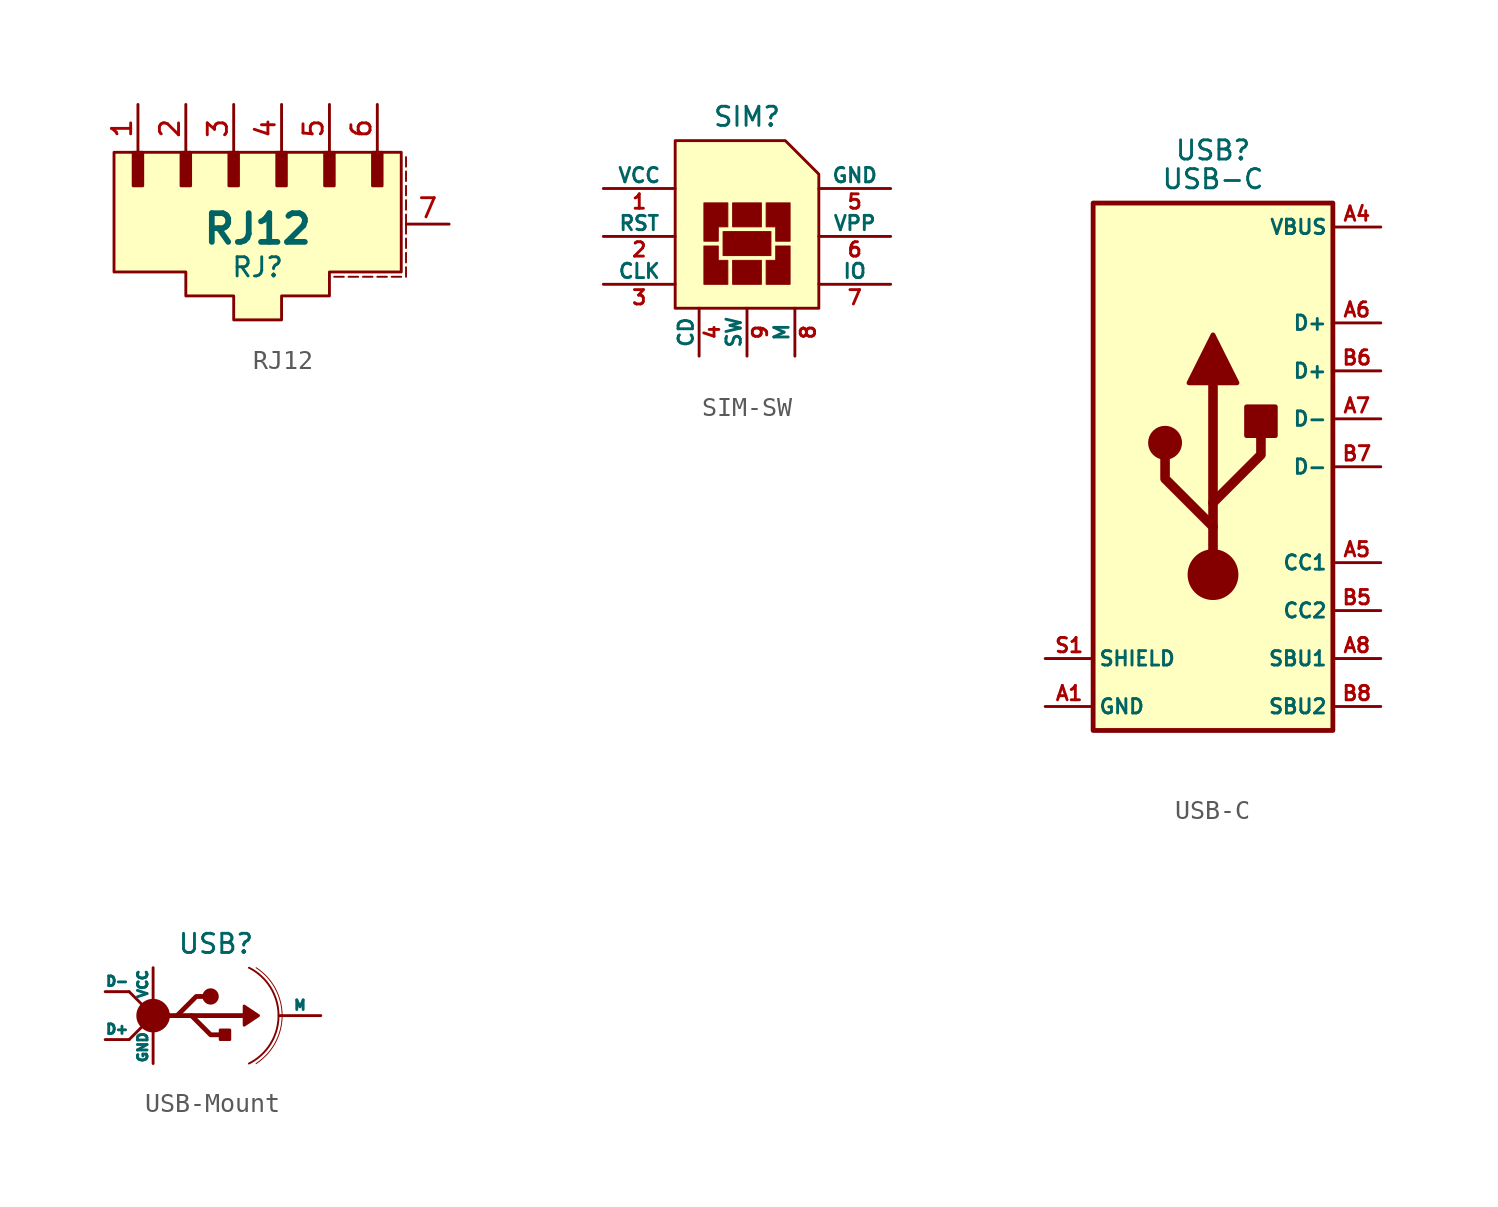
<source format=kicad_sym>
(kicad_symbol_lib
  (version 20231120)
  (generator "kicad_symbol_editor")
  (generator_version "8.0")
  (symbol "RJ12"
    (pin_names
      (offset 1.016) hide)
    (property "Reference" "RJ"
      (at 0 -2.286 0)
      (effects (font (size 1.016 1.016))))
    (property "Value" "RJ12"
      (at 0 -0.254 0)
      (effects (font (size 1.524 1.524) (bold yes))))
    (symbol "RJ12_0_1"
      (rectangle (start -6.604 3.81) (end -6.096 2.032) (stroke (width 0) (type solid)) (fill (type outline)))
      (rectangle (start -4.064 3.81) (end -3.556 2.032) (stroke (width 0) (type solid)) (fill (type outline)))
      (rectangle (start -1.524 3.81) (end -1.016 2.032) (stroke (width 0) (type solid)) (fill (type outline)))
      (polyline (pts (xy 4.572 -2.794) (xy 4.064 -2.794)) (stroke (width 0.102) (type solid)) (fill (type none)))
      (polyline (pts (xy 5.334 -2.794) (xy 4.826 -2.794)) (stroke (width 0.102) (type solid)) (fill (type none)))
      (polyline (pts (xy 6.096 -2.794) (xy 5.588 -2.794)) (stroke (width 0.102) (type solid)) (fill (type none)))
      (polyline (pts (xy 6.858 -2.794) (xy 6.35 -2.794)) (stroke (width 0.102) (type solid)) (fill (type none)))
      (polyline (pts (xy 7.62 -2.794) (xy 7.112 -2.794)) (stroke (width 0.102) (type solid)) (fill (type none)))
      (polyline (pts (xy 7.874 -2.286) (xy 7.874 -2.794)) (stroke (width 0.102) (type solid)) (fill (type none)))
      (polyline (pts (xy 7.874 -2.032) (xy 7.874 -1.524)) (stroke (width 0.102) (type solid)) (fill (type none)))
      (polyline (pts (xy 7.874 -1.27) (xy 7.874 -0.762)) (stroke (width 0.102) (type solid)) (fill (type none)))
      (polyline (pts (xy 7.874 -0.508) (xy 7.874 0)) (stroke (width 0.102) (type solid)) (fill (type none)))
      (polyline (pts (xy 7.874 0) (xy 7.874 0.508)) (stroke (width 0.102) (type solid)) (fill (type none)))
      (polyline (pts (xy 7.874 0.762) (xy 7.874 1.27)) (stroke (width 0.102) (type solid)) (fill (type none)))
      (polyline (pts (xy 7.874 1.524) (xy 7.874 2.032)) (stroke (width 0.102) (type solid)) (fill (type none)))
      (polyline (pts (xy 7.874 2.286) (xy 7.874 2.794)) (stroke (width 0.102) (type solid)) (fill (type none)))
      (polyline (pts (xy 7.874 3.048) (xy 7.874 3.556)) (stroke (width 0.102) (type solid)) (fill (type none)))
      (polyline (pts (xy -7.62 3.81) (xy -7.62 -2.54) (xy -3.81 -2.54) (xy -3.81 -3.81) (xy -1.27 -3.81) (xy -1.27 -5.08) (xy 1.27 -5.08) (xy 1.27 -3.81) (xy 3.81 -3.81) (xy 3.81 -2.54) (xy 7.62 -2.54) (xy 7.62 3.81) (xy -7.62 3.81)) (stroke (width 0) (type solid)) (fill (type background)))
      (rectangle (start 1.016 3.81) (end 1.524 2.032) (stroke (width 0) (type solid)) (fill (type outline)))
      (rectangle (start 3.556 3.81) (end 4.064 2.032) (stroke (width 0) (type solid)) (fill (type outline)))
      (rectangle (start 6.096 3.81) (end 6.604 2.032) (stroke (width 0) (type solid)) (fill (type outline))))
    (symbol "RJ12_1_1"
      (pin passive line (at -6.35 6.35 270) (length 2.54) (name "1" (effects (font (size 1.016 1.016)))) (number "1" (effects (font (size 1.016 1.016)))))
      (pin passive line (at -3.81 6.35 270) (length 2.54) (name "2" (effects (font (size 1.016 1.016)))) (number "2" (effects (font (size 1.016 1.016)))))
      (pin passive line (at -1.27 6.35 270) (length 2.54) (name "3" (effects (font (size 1.016 1.016)))) (number "3" (effects (font (size 1.016 1.016)))))
      (pin passive line (at 1.27 6.35 270) (length 2.54) (name "4" (effects (font (size 1.016 1.016)))) (number "4" (effects (font (size 1.016 1.016)))))
      (pin passive line (at 3.81 6.35 270) (length 2.54) (name "5" (effects (font (size 1.016 1.016)))) (number "5" (effects (font (size 1.016 1.016)))))
      (pin passive line (at 6.35 6.35 270) (length 2.54) (name "6" (effects (font (size 1.016 1.016)))) (number "6" (effects (font (size 1.016 1.016)))))
      (pin passive line (at 10.16 0 180) (length 2.261) (name "7" (effects (font (size 1.016 1.016)))) (number "7" (effects (font (size 1.016 1.016)))))))
  (symbol "SIM-SW"
    (pin_names
      (offset 0))
    (property "Reference" "SIM"
      (at 0 5.08 0)
      (effects (font (size 1.016 1.016))))
    (symbol "SIM-SW_0_1"
      (polyline (pts (xy -1.27 -1.016) (xy -1.27 -2.286) (xy 1.27 -2.286) (xy 1.27 -1.016) (xy -1.27 -1.016)) (stroke (width 0.051) (type solid)) (fill (type outline)))
      (polyline (pts (xy -0.762 -2.54) (xy 0.762 -2.54) (xy 0.762 -3.81) (xy -0.762 -3.81) (xy -0.762 -2.54)) (stroke (width 0.051) (type solid)) (fill (type outline)))
      (polyline (pts (xy -0.762 -0.762) (xy -0.762 0.508) (xy 0.762 0.508) (xy 0.762 -0.762) (xy -0.762 -0.762)) (stroke (width 0.051) (type solid)) (fill (type outline)))
      (polyline (pts (xy -3.81 -5.08) (xy -3.81 3.81) (xy 2.032 3.81) (xy 3.81 2.032) (xy 3.81 -5.08) (xy -3.81 -5.08)) (stroke (width 0) (type solid)) (fill (type background)))
      (polyline (pts (xy -2.286 -1.778) (xy -1.524 -1.778) (xy -1.524 -2.54) (xy -1.016 -2.54) (xy -1.016 -3.81) (xy -2.286 -3.81) (xy -2.286 -1.778)) (stroke (width 0.051) (type solid)) (fill (type outline)))
      (polyline (pts (xy -1.524 -1.524) (xy -1.524 -0.762) (xy -1.016 -0.762) (xy -1.016 0.508) (xy -2.286 0.508) (xy -2.286 -1.524) (xy -1.524 -1.524)) (stroke (width 0.051) (type solid)) (fill (type outline)))
      (polyline (pts (xy 1.524 -1.524) (xy 1.524 -0.762) (xy 1.016 -0.762) (xy 1.016 0.508) (xy 2.286 0.508) (xy 2.286 -1.524) (xy 1.524 -1.524)) (stroke (width 0.051) (type solid)) (fill (type outline)))
      (polyline (pts (xy 2.286 -1.778) (xy 1.524 -1.778) (xy 1.524 -2.54) (xy 1.016 -2.54) (xy 1.016 -3.81) (xy 2.286 -3.81) (xy 2.286 -1.778)) (stroke (width 0.051) (type solid)) (fill (type outline))))
    (symbol "SIM-SW_1_1"
      (pin passive line (at -7.62 1.27 0) (length 3.81) (name "VCC" (effects (font (size 0.762 0.762)))) (number "1" (effects (font (size 0.762 0.762)))))
      (pin passive line (at -7.62 -1.27 0) (length 3.81) (name "RST" (effects (font (size 0.762 0.762)))) (number "2" (effects (font (size 0.762 0.762)))))
      (pin passive line (at -7.62 -3.81 0) (length 3.81) (name "CLK" (effects (font (size 0.762 0.762)))) (number "3" (effects (font (size 0.762 0.762)))))
      (pin passive line (at -2.54 -7.62 90) (length 2.54) (name "CD" (effects (font (size 0.762 0.762)))) (number "4" (effects (font (size 0.762 0.762)))))
      (pin passive line (at 7.62 1.27 180) (length 3.81) (name "GND" (effects (font (size 0.762 0.762)))) (number "5" (effects (font (size 0.762 0.762)))))
      (pin passive line (at 7.62 -1.27 180) (length 3.81) (name "VPP" (effects (font (size 0.762 0.762)))) (number "6" (effects (font (size 0.762 0.762)))))
      (pin passive line (at 7.62 -3.81 180) (length 3.81) (name "IO" (effects (font (size 0.762 0.762)))) (number "7" (effects (font (size 0.762 0.762)))))
      (pin passive line (at 2.54 -7.62 90) (length 2.54) (name "M" (effects (font (size 0.762 0.762)))) (number "8" (effects (font (size 0.762 0.762)))))
      (pin passive line (at 0 -7.62 90) (length 2.54) (name "SW" (effects (font (size 0.762 0.762)))) (number "9" (effects (font (size 0.762 0.762)))))))
  (symbol "USB-C"
    (pin_names
      (offset 0.254))
    (property "Reference" "USB"
      (at 0 16.764 0)
      (effects (font (size 1.016 1.016))))
    (property "Value" "USB-C"
      (at 0 15.24 0)
      (effects (font (size 1.016 1.016))))
    (symbol "USB-C_0_1"
      (rectangle (start -6.35 13.97) (end 6.35 -13.97) (stroke (width 0.254) (type default)) (fill (type background)))
      (circle (center -2.54 1.27) (radius 0.772) (stroke (width 0.254) (type default)) (fill (type outline)))
      (circle (center 0 -5.715) (radius 1.27) (stroke (width 0) (type default)) (fill (type outline)))
      (polyline (pts (xy 0 -5.715) (xy 0 4.445)) (stroke (width 0.508) (type default)) (fill (type none)))
      (polyline (pts (xy 0 -3.175) (xy -2.54 -0.635) (xy -2.54 0.635)) (stroke (width 0.508) (type default)) (fill (type none)))
      (polyline (pts (xy 0 -1.905) (xy 2.54 0.635) (xy 2.54 1.905)) (stroke (width 0.508) (type default)) (fill (type none)))
      (polyline (pts (xy -1.27 4.445) (xy 0 6.985) (xy 1.27 4.445) (xy -1.27 4.445)) (stroke (width 0.254) (type default)) (fill (type outline)))
      (rectangle (start 1.778 3.175) (end 3.302 1.651) (stroke (width 0.254) (type default)) (fill (type outline))))
    (symbol "USB-C_1_1"
      (pin power_out line (at -8.89 -12.7 0) (length 2.54) (name "GND" (effects (font (size 0.762 0.762)))) (number "A1" (effects (font (size 0.762 0.762)))))
      (pin passive line (at -8.89 -12.7 0) (length 2.54) hide (name "GND" (effects (font (size 0.762 0.762)))) (number "A12" (effects (font (size 0.762 0.762)))))
      (pin power_out line (at 8.89 12.7 180) (length 2.54) (name "VBUS" (effects (font (size 0.762 0.762)))) (number "A4" (effects (font (size 0.762 0.762)))))
      (pin bidirectional line (at 8.89 -5.08 180) (length 2.54) (name "CC1" (effects (font (size 0.762 0.762)))) (number "A5" (effects (font (size 0.762 0.762)))))
      (pin bidirectional line (at 8.89 7.62 180) (length 2.54) (name "D+" (effects (font (size 0.762 0.762)))) (number "A6" (effects (font (size 0.762 0.762)))))
      (pin bidirectional line (at 8.89 2.54 180) (length 2.54) (name "D-" (effects (font (size 0.762 0.762)))) (number "A7" (effects (font (size 0.762 0.762)))))
      (pin bidirectional line (at 8.89 -10.16 180) (length 2.54) (name "SBU1" (effects (font (size 0.762 0.762)))) (number "A8" (effects (font (size 0.762 0.762)))))
      (pin power_out line (at 8.89 12.7 180) (length 2.54) hide (name "VBUS" (effects (font (size 0.762 0.762)))) (number "A9" (effects (font (size 0.762 0.762)))))
      (pin power_out line (at -8.89 -12.7 0) (length 2.54) hide (name "GND" (effects (font (size 0.762 0.762)))) (number "B1" (effects (font (size 0.762 0.762)))))
      (pin power_out line (at -8.89 -12.7 0) (length 2.54) hide (name "GND" (effects (font (size 0.762 0.762)))) (number "B12" (effects (font (size 0.762 0.762)))))
      (pin power_out line (at 8.89 12.7 180) (length 2.54) hide (name "VBUS" (effects (font (size 0.762 0.762)))) (number "B4" (effects (font (size 0.762 0.762)))))
      (pin bidirectional line (at 8.89 -7.62 180) (length 2.54) (name "CC2" (effects (font (size 0.762 0.762)))) (number "B5" (effects (font (size 0.762 0.762)))))
      (pin bidirectional line (at 8.89 5.08 180) (length 2.54) (name "D+" (effects (font (size 0.762 0.762)))) (number "B6" (effects (font (size 0.762 0.762)))))
      (pin bidirectional line (at 8.89 0 180) (length 2.54) (name "D-" (effects (font (size 0.762 0.762)))) (number "B7" (effects (font (size 0.762 0.762)))))
      (pin bidirectional line (at 8.89 -12.7 180) (length 2.54) (name "SBU2" (effects (font (size 0.762 0.762)))) (number "B8" (effects (font (size 0.762 0.762)))))
      (pin power_out line (at 8.89 12.7 180) (length 2.54) hide (name "VBUS" (effects (font (size 0.762 0.762)))) (number "B9" (effects (font (size 0.762 0.762)))))
      (pin passive line (at -8.89 -10.16 0) (length 2.54) (name "SHIELD" (effects (font (size 0.762 0.762)))) (number "S1" (effects (font (size 0.762 0.762)))))))
  (symbol "USB-Mount"
    (pin_numbers hide)
    (pin_names
      (offset 0))
    (property "Reference" "USB"
      (at 1.27 3.81 0)
      (effects (font (size 1.016 1.016)) (justify left)))
    (symbol "USB-Mount_0_1"
      (polyline (pts (xy -1.27 1.27) (xy 0 0)) (stroke (width 0) (type solid)) (fill (type none)))
      (polyline (pts (xy 0 0) (xy -1.27 -1.27)) (stroke (width 0) (type solid)) (fill (type none)))
      (polyline (pts (xy 4.826 0) (xy 0.762 0)) (stroke (width 0.254) (type solid)) (fill (type none)))
      (polyline (pts (xy 1.27 0) (xy 2.286 1.016) (xy 3.048 1.016)) (stroke (width 0.254) (type solid)) (fill (type none)))
      (polyline (pts (xy 3.556 -1.016) (xy 3.048 -1.016) (xy 2.032 0)) (stroke (width 0.254) (type solid)) (fill (type none)))
      (polyline (pts (xy 4.826 0.508) (xy 4.826 -0.508) (xy 5.588 0) (xy 4.826 0.508)) (stroke (width 0) (type solid)) (fill (type outline)))
      (polyline (pts (xy 3.556 -0.762) (xy 3.556 -1.27) (xy 4.064 -1.27) (xy 4.064 -0.762) (xy 3.556 -0.762)) (stroke (width 0) (type solid)) (fill (type outline)))
      (circle (center 0 0) (radius 0.813) (stroke (width 0) (type solid)) (fill (type outline)))
      (circle (center 3.048 1.016) (radius 0.356) (stroke (width 0) (type solid)) (fill (type outline)))
      (arc (start 5.08 -2.54) (mid 6.6498 0) (end 5.08 2.54) (stroke (width 0.1016) (type solid)) (fill (type none)))
      (arc (start 5.461 -2.54) (mid 6.8394 0) (end 5.461 2.54) (stroke (width 0.0508) (type solid)) (fill (type none))))
    (symbol "USB-Mount_1_1"
      (pin passive line (at 8.89 0 180) (length 2.21) (name "M" (effects (font (size 0.508 0.508)))) (number "0" (effects (font (size 0.635 0.635)))))
      (pin power_out line (at 0 2.54 270) (length 1.727) (name "VCC" (effects (font (size 0.508 0.508)))) (number "1" (effects (font (size 0.635 0.635)))))
      (pin passive line (at -2.54 1.27 0) (length 1.27) (name "D-" (effects (font (size 0.508 0.508)))) (number "2" (effects (font (size 0.635 0.635)))))
      (pin passive line (at -2.54 -1.27 0) (length 1.27) (name "D+" (effects (font (size 0.508 0.508)))) (number "3" (effects (font (size 0.635 0.635)))))
      (pin passive line (at 0 -2.54 90) (length 1.727) (name "GND" (effects (font (size 0.508 0.508)))) (number "4" (effects (font (size 0.635 0.635))))))))
</source>
